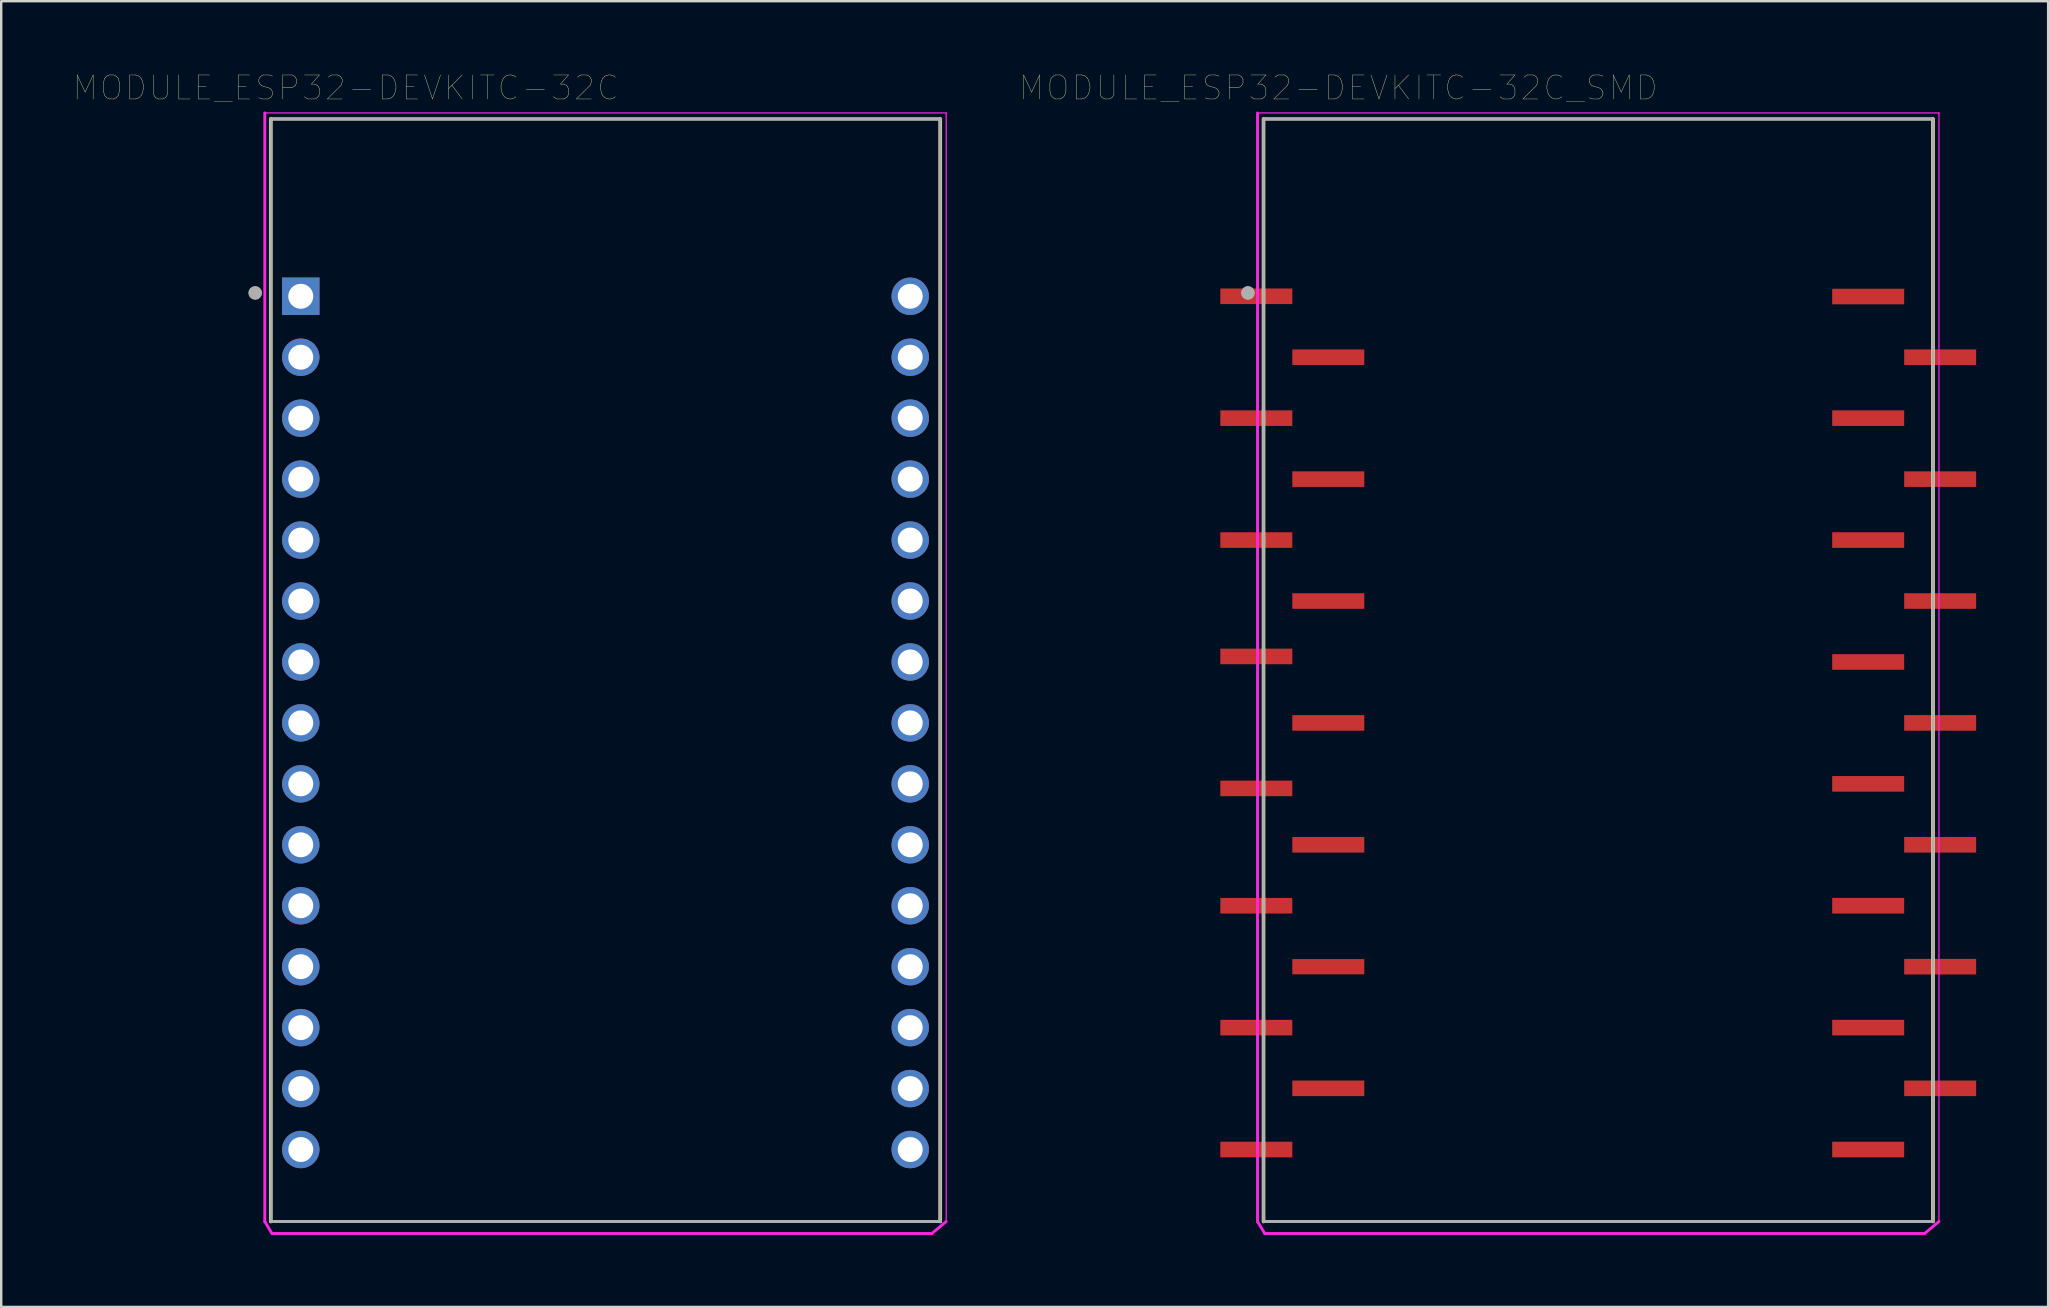
<source format=kicad_pcb>
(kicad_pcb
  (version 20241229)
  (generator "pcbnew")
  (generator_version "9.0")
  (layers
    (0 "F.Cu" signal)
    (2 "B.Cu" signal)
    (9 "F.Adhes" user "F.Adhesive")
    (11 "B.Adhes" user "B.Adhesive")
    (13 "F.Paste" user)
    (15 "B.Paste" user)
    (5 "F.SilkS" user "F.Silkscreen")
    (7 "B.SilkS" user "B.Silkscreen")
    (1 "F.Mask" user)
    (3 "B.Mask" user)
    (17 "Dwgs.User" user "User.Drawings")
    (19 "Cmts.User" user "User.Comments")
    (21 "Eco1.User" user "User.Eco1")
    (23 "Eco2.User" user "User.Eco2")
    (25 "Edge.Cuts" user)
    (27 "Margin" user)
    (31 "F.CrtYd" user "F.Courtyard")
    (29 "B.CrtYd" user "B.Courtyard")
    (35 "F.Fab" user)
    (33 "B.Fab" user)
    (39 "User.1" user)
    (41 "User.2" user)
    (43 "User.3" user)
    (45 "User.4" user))
  (footprint "MODULE_ESP32-DEVKITC-32C_SMD"
    (layer "F.Cu")
    (at 63.559 29.058)
    (property "Reference" "MODULE_ESP32-DEVKITC-32C_SMD" (at -10.829 -28.446 0) (layer "F.SilkS") (effects (font (size 1 1) (thickness 0.015))))
    (attr through_hole)
    (fp_line (start -13.95 -27.15) (end -13.95 18.8) (stroke (width 0.15) (type solid)) (layer "F.SilkS"))
    (fp_line (start -13.95 -27.15) (end 13.95 -27.15) (stroke (width 0.127) (type solid)) (layer "F.SilkS"))
    (fp_line (start 13.95 18.8) (end -13.95 18.8) (stroke (width 0.127) (type solid)) (layer "F.SilkS"))
    (fp_line (start 13.95 18.8) (end 13.95 -27.15) (stroke (width 0.15) (type solid)) (layer "F.SilkS"))
    (fp_line (start -14.2 -27.4) (end -14.2 18.8) (stroke (width 0.12) (type solid)) (layer "F.CrtYd"))
    (fp_line (start -14.2 -27.4) (end 14.2 -27.4) (stroke (width 0.05) (type solid)) (layer "F.CrtYd"))
    (fp_line (start -14.2 18.8) (end -13.9 19.3) (stroke (width 0.12) (type solid)) (layer "F.CrtYd"))
    (fp_line (start -13.9 19.3) (end 13.6 19.3) (stroke (width 0.12) (type solid)) (layer "F.CrtYd"))
    (fp_line (start 13.6 19.3) (end 14.2 18.8) (stroke (width 0.12) (type solid)) (layer "F.CrtYd"))
    (fp_line (start 14.2 18.8) (end 14.2 -27.4) (stroke (width 0.05) (type solid)) (layer "F.CrtYd"))
    (fp_line (start -13.95 -27.15) (end -13.95 18.8) (stroke (width 0.12) (type solid)) (layer "F.Fab"))
    (fp_line (start -13.95 -27.15) (end 13.95 -27.15) (stroke (width 0.127) (type solid)) (layer "F.Fab"))
    (fp_line (start 13.95 18.8) (end -13.95 18.8) (stroke (width 0.127) (type solid)) (layer "F.Fab"))
    (fp_line (start 13.95 18.8) (end 13.95 -27.15) (stroke (width 0.12) (type solid)) (layer "F.Fab"))
    (fp_circle (center -14.6 -19.9) (end -14.46 -19.9) (stroke (width 0.28) (type solid)) (fill no) (layer "F.Fab"))
    (fp_circle (center -14.6 -19.9) (end -14.46 -19.9) (stroke (width 0.28) (type solid)) (fill no) (layer "F.Fab"))
    (pad "1" smd rect (at -14.25 -19.76) (size 3 0.65) (layers "F.Cu" "F.Mask" "F.Paste"))
    (pad "2" smd rect (at -11.25 -17.22) (size 3 0.65) (layers "F.Cu" "F.Mask" "F.Paste"))
    (pad "3" smd rect (at -14.25 -14.68) (size 3 0.65) (layers "F.Cu" "F.Mask" "F.Paste"))
    (pad "4" smd rect (at -11.25 -12.14) (size 3 0.65) (layers "F.Cu" "F.Mask" "F.Paste"))
    (pad "5" smd rect (at -14.25 -9.6) (size 3 0.65) (layers "F.Cu" "F.Mask" "F.Paste"))
    (pad "6" smd rect (at -11.25 -7.06) (size 3 0.65) (layers "F.Cu" "F.Mask" "F.Paste"))
    (pad "7" smd rect (at -14.25 -4.75) (size 3 0.65) (layers "F.Cu" "F.Mask" "F.Paste"))
    (pad "8" smd rect (at -11.25 -1.98) (size 3 0.65) (layers "F.Cu" "F.Mask" "F.Paste"))
    (pad "9" smd rect (at -14.25 0.75) (size 3 0.65) (layers "F.Cu" "F.Mask" "F.Paste"))
    (pad "10" smd rect (at -11.25 3.1) (size 3 0.65) (layers "F.Cu" "F.Mask" "F.Paste"))
    (pad "11" smd rect (at -14.25 5.64) (size 3 0.65) (layers "F.Cu" "F.Mask" "F.Paste"))
    (pad "12" smd rect (at -11.25 8.18) (size 3 0.635) (layers "F.Cu" "F.Mask" "F.Paste"))
    (pad "13" smd rect (at -14.25 10.72) (size 3 0.65) (layers "F.Cu" "F.Mask" "F.Paste"))
    (pad "14" smd rect (at -11.25 13.25) (size 3 0.65) (layers "F.Cu" "F.Mask" "F.Paste"))
    (pad "15" smd rect (at -14.25 15.8) (size 3 0.65) (layers "F.Cu" "F.Mask" "F.Paste"))
    (pad "16" smd rect (at 11.25 15.8) (size 3 0.65) (layers "F.Cu" "F.Mask" "F.Paste"))
    (pad "17" smd rect (at 14.25 13.25) (size 3 0.65) (layers "F.Cu" "F.Mask" "F.Paste"))
    (pad "18" smd rect (at 11.25 10.72) (size 3 0.65) (layers "F.Cu" "F.Mask" "F.Paste"))
    (pad "19" smd rect (at 14.25 8.18) (size 3 0.65) (layers "F.Cu" "F.Mask" "F.Paste"))
    (pad "20" smd rect (at 11.25 5.64) (size 3 0.65) (layers "F.Cu" "F.Mask" "F.Paste"))
    (pad "21" smd rect (at 14.25 3.1) (size 3 0.65) (layers "F.Cu" "F.Mask" "F.Paste"))
    (pad "22" smd rect (at 11.25 0.56) (size 3 0.65) (layers "F.Cu" "F.Mask" "F.Paste"))
    (pad "23" smd rect (at 14.25 -1.98) (size 3 0.65) (layers "F.Cu" "F.Mask" "F.Paste"))
    (pad "24" smd rect (at 11.25 -4.52) (size 3 0.65) (layers "F.Cu" "F.Mask" "F.Paste"))
    (pad "25" smd rect (at 14.25 -7.06) (size 3 0.65) (layers "F.Cu" "F.Mask" "F.Paste"))
    (pad "26" smd rect (at 11.25 -9.6) (size 3 0.65) (layers "F.Cu" "F.Mask" "F.Paste"))
    (pad "27" smd rect (at 14.25 -12.14) (size 3 0.65) (layers "F.Cu" "F.Mask" "F.Paste"))
    (pad "28" smd rect (at 11.25 -14.68) (size 3 0.65) (layers "F.Cu" "F.Mask" "F.Paste"))
    (pad "29" smd rect (at 14.25 -17.22) (size 3 0.65) (layers "F.Cu" "F.Mask" "F.Paste"))
    (pad "30" smd rect (at 11.25 -19.75) (size 3 0.65) (layers "F.Cu" "F.Mask" "F.Paste")))
  (footprint "MODULE_ESP32-DEVKITC-32C"
    (layer "F.Cu")
    (at 22.185 29.058)
    (property "Reference" "MODULE_ESP32-DEVKITC-32C" (at -10.829 -28.446 0) (layer "F.SilkS") (effects (font (size 1 1) (thickness 0.015))))
    (attr through_hole)
    (fp_line (start -13.95 -27.15) (end -13.95 18.8) (stroke (width 0.15) (type solid)) (layer "F.SilkS"))
    (fp_line (start -13.95 -27.15) (end 13.95 -27.15) (stroke (width 0.127) (type solid)) (layer "F.SilkS"))
    (fp_line (start 13.95 18.8) (end -13.95 18.8) (stroke (width 0.127) (type solid)) (layer "F.SilkS"))
    (fp_line (start 13.95 18.8) (end 13.95 -27.15) (stroke (width 0.15) (type solid)) (layer "F.SilkS"))
    (fp_line (start -14.2 -27.4) (end -14.2 18.8) (stroke (width 0.12) (type solid)) (layer "F.CrtYd"))
    (fp_line (start -14.2 -27.4) (end 14.2 -27.4) (stroke (width 0.05) (type solid)) (layer "F.CrtYd"))
    (fp_line (start -14.2 18.8) (end -13.9 19.3) (stroke (width 0.12) (type solid)) (layer "F.CrtYd"))
    (fp_line (start -13.9 19.3) (end 13.6 19.3) (stroke (width 0.12) (type solid)) (layer "F.CrtYd"))
    (fp_line (start 13.6 19.3) (end 14.2 18.8) (stroke (width 0.12) (type solid)) (layer "F.CrtYd"))
    (fp_line (start 14.2 18.8) (end 14.2 -27.4) (stroke (width 0.05) (type solid)) (layer "F.CrtYd"))
    (fp_line (start -13.95 -27.15) (end -13.95 18.8) (stroke (width 0.12) (type solid)) (layer "F.Fab"))
    (fp_line (start -13.95 -27.15) (end 13.95 -27.15) (stroke (width 0.127) (type solid)) (layer "F.Fab"))
    (fp_line (start 13.95 18.8) (end -13.95 18.8) (stroke (width 0.127) (type solid)) (layer "F.Fab"))
    (fp_line (start 13.95 18.8) (end 13.95 -27.15) (stroke (width 0.12) (type solid)) (layer "F.Fab"))
    (fp_circle (center -14.6 -19.9) (end -14.46 -19.9) (stroke (width 0.28) (type solid)) (fill no) (layer "F.Fab"))
    (fp_circle (center -14.6 -19.9) (end -14.46 -19.9) (stroke (width 0.28) (type solid)) (fill no) (layer "F.Fab"))
    (pad "1" thru_hole rect (at -12.7 -19.76) (size 1.56 1.56) (drill 1.04) (layers "*.Cu" "*.Mask"))
    (pad "2" thru_hole circle (at -12.7 -17.22) (size 1.56 1.56) (drill 1.04) (layers "*.Cu" "*.Mask"))
    (pad "3" thru_hole circle (at -12.7 -14.68) (size 1.56 1.56) (drill 1.04) (layers "*.Cu" "*.Mask"))
    (pad "4" thru_hole circle (at -12.7 -12.14) (size 1.56 1.56) (drill 1.04) (layers "*.Cu" "*.Mask"))
    (pad "5" thru_hole circle (at -12.7 -9.6) (size 1.56 1.56) (drill 1.04) (layers "*.Cu" "*.Mask"))
    (pad "6" thru_hole circle (at -12.7 -7.06) (size 1.56 1.56) (drill 1.04) (layers "*.Cu" "*.Mask"))
    (pad "7" thru_hole circle (at -12.7 -4.52) (size 1.56 1.56) (drill 1.04) (layers "*.Cu" "*.Mask"))
    (pad "8" thru_hole circle (at -12.7 -1.98) (size 1.56 1.56) (drill 1.04) (layers "*.Cu" "*.Mask"))
    (pad "9" thru_hole circle (at -12.7 0.56) (size 1.56 1.56) (drill 1.04) (layers "*.Cu" "*.Mask"))
    (pad "10" thru_hole circle (at -12.7 3.1) (size 1.56 1.56) (drill 1.04) (layers "*.Cu" "*.Mask"))
    (pad "11" thru_hole circle (at -12.7 5.64) (size 1.56 1.56) (drill 1.04) (layers "*.Cu" "*.Mask"))
    (pad "12" thru_hole circle (at -12.7 8.18) (size 1.56 1.56) (drill 1.04) (layers "*.Cu" "*.Mask"))
    (pad "13" thru_hole circle (at -12.7 10.72) (size 1.56 1.56) (drill 1.04) (layers "*.Cu" "*.Mask"))
    (pad "14" thru_hole circle (at -12.7 13.26) (size 1.56 1.56) (drill 1.04) (layers "*.Cu" "*.Mask"))
    (pad "15" thru_hole circle (at -12.7 15.8) (size 1.56 1.56) (drill 1.04) (layers "*.Cu" "*.Mask"))
    (pad "16" thru_hole circle (at 12.7 15.8) (size 1.56 1.56) (drill 1.04) (layers "*.Cu" "*.Mask"))
    (pad "17" thru_hole circle (at 12.7 13.26) (size 1.56 1.56) (drill 1.04) (layers "*.Cu" "*.Mask"))
    (pad "18" thru_hole circle (at 12.7 10.72) (size 1.56 1.56) (drill 1.04) (layers "*.Cu" "*.Mask"))
    (pad "19" thru_hole circle (at 12.7 8.18) (size 1.56 1.56) (drill 1.04) (layers "*.Cu" "*.Mask"))
    (pad "20" thru_hole circle (at 12.7 5.64) (size 1.56 1.56) (drill 1.04) (layers "*.Cu" "*.Mask"))
    (pad "21" thru_hole circle (at 12.7 3.1) (size 1.56 1.56) (drill 1.04) (layers "*.Cu" "*.Mask"))
    (pad "22" thru_hole circle (at 12.7 0.56) (size 1.56 1.56) (drill 1.04) (layers "*.Cu" "*.Mask"))
    (pad "23" thru_hole circle (at 12.7 -1.98) (size 1.56 1.56) (drill 1.04) (layers "*.Cu" "*.Mask"))
    (pad "24" thru_hole circle (at 12.7 -4.52) (size 1.56 1.56) (drill 1.04) (layers "*.Cu" "*.Mask"))
    (pad "25" thru_hole circle (at 12.7 -7.06) (size 1.56 1.56) (drill 1.04) (layers "*.Cu" "*.Mask"))
    (pad "26" thru_hole circle (at 12.7 -9.6) (size 1.56 1.56) (drill 1.04) (layers "*.Cu" "*.Mask"))
    (pad "27" thru_hole circle (at 12.7 -12.14) (size 1.56 1.56) (drill 1.04) (layers "*.Cu" "*.Mask"))
    (pad "28" thru_hole circle (at 12.7 -14.68) (size 1.56 1.56) (drill 1.04) (layers "*.Cu" "*.Mask"))
    (pad "29" thru_hole circle (at 12.7 -17.22) (size 1.56 1.56) (drill 1.04) (layers "*.Cu" "*.Mask"))
    (pad "30" thru_hole circle (at 12.7 -19.76) (size 1.56 1.56) (drill 1.04) (layers "*.Cu" "*.Mask")))
  (gr_rect
    (start -3 -3)
    (end 82.309 51.418)
    (stroke (width 0.1) (type default))
    (fill no)
    (layer "Edge.Cuts")))
</source>
